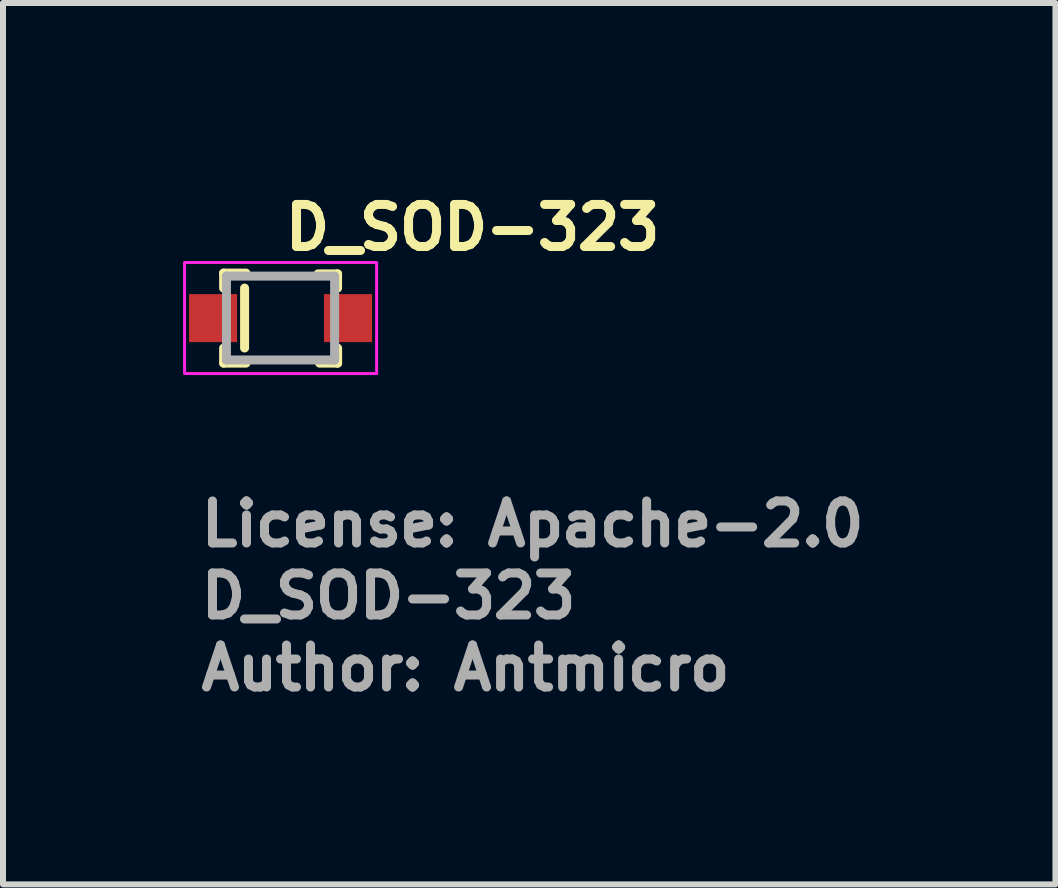
<source format=kicad_pcb>
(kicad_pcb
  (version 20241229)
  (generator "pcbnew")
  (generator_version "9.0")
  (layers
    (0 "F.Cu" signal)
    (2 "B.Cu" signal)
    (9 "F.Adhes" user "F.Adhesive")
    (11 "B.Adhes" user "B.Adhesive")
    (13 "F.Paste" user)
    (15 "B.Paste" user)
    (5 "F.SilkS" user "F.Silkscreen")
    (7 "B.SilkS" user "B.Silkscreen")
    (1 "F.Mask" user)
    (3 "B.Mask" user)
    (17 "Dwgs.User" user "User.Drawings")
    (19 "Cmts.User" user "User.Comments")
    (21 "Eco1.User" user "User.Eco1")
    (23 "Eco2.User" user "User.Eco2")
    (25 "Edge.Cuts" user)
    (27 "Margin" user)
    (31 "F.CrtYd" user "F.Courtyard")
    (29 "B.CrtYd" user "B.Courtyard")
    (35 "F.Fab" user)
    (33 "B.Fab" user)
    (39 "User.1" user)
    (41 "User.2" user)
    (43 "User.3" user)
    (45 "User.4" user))
  (footprint "D_SOD-323"
    (layer "F.Cu")
    (at 1.625 2.249)
    (property "Reference" "D_SOD-323" (at 0 -1.099 0) (layer "F.SilkS") (effects (font (size 0.7 0.7) (thickness 0.15)) (justify left bottom)))
    (attr smd)
    (fp_line (start -0.949 -0.749) (end -0.949 -0.499) (stroke (width 0.15) (type solid)) (layer "F.SilkS"))
    (fp_line (start -0.949 0.501) (end -0.949 0.751) (stroke (width 0.15) (type solid)) (layer "F.SilkS"))
    (fp_line (start -0.6 -0.499) (end -0.6 0.499) (stroke (width 0.15) (type solid)) (layer "F.SilkS"))
    (fp_line (start -0.577 -0.749) (end -0.949 -0.749) (stroke (width 0.15) (type solid)) (layer "F.SilkS"))
    (fp_line (start -0.577 0.751) (end -0.949 0.751) (stroke (width 0.15) (type solid)) (layer "F.SilkS"))
    (fp_line (start 0.625 -0.736) (end 0.949 -0.736) (stroke (width 0.15) (type solid)) (layer "F.SilkS"))
    (fp_line (start 0.949 -0.736) (end 0.949 -0.499) (stroke (width 0.15) (type solid)) (layer "F.SilkS"))
    (fp_line (start 0.95 0.501) (end 0.95 0.751) (stroke (width 0.15) (type solid)) (layer "F.SilkS"))
    (fp_line (start 0.95 0.751) (end 0.649 0.751) (stroke (width 0.15) (type solid)) (layer "F.SilkS"))
    (fp_rect (start -1.6 -0.925) (end 1.6 0.925) (stroke (width 0.05) (type solid)) (fill no) (layer "F.CrtYd"))
    (fp_line (start -0.902 0.699) (end -0.902 -0.699) (stroke (width 0.15) (type solid)) (layer "F.Fab"))
    (fp_line (start -0.902 0.699) (end 0.9 0.699) (stroke (width 0.15) (type solid)) (layer "F.Fab"))
    (fp_line (start 0.9 -0.699) (end -0.902 -0.699) (stroke (width 0.15) (type solid)) (layer "F.Fab"))
    (fp_line (start 0.9 -0.699) (end 0.9 0.699) (stroke (width 0.15) (type solid)) (layer "F.Fab"))
    (fp_rect (start -1.301 -0.676) (end 1.3 0.676) (stroke (width 0.1) (type solid)) (fill no) (layer "User.5"))
    (fp_line (start -1.301 -0.174) (end -1.301 0.174) (stroke (width 0.02) (type solid)) (layer "User.9"))
    (fp_line (start -1.301 0.174) (end -1.238 0.174) (stroke (width 0.02) (type solid)) (layer "User.9"))
    (fp_line (start -1.238 -0.174) (end -1.301 -0.174) (stroke (width 0.02) (type solid)) (layer "User.9"))
    (fp_line (start -1.238 0.174) (end -1.19 0.174) (stroke (width 0.02) (type solid)) (layer "User.9"))
    (fp_line (start -1.19 -0.174) (end -1.238 -0.174) (stroke (width 0.02) (type solid)) (layer "User.9"))
    (fp_line (start -1.19 0.174) (end -1.085 0.174) (stroke (width 0.02) (type solid)) (layer "User.9"))
    (fp_line (start -1.085 -0.174) (end -1.19 -0.174) (stroke (width 0.02) (type solid)) (layer "User.9"))
    (fp_line (start -0.902 -0.676) (end -0.801 -0.575) (stroke (width 0.02) (type solid)) (layer "User.9"))
    (fp_line (start -0.902 -0.676) (end 0.9 -0.676) (stroke (width 0.02) (type solid)) (layer "User.9"))
    (fp_line (start -0.902 -0.174) (end -0.902 -0.676) (stroke (width 0.02) (type solid)) (layer "User.9"))
    (fp_line (start -0.902 0.676) (end -0.902 0.174) (stroke (width 0.02) (type solid)) (layer "User.9"))
    (fp_line (start -0.902 0.676) (end -0.801 0.575) (stroke (width 0.02) (type solid)) (layer "User.9"))
    (fp_line (start -0.87 -0.174) (end -1.085 -0.174) (stroke (width 0.02) (type solid)) (layer "User.9"))
    (fp_line (start -0.87 0.174) (end -1.085 0.174) (stroke (width 0.02) (type solid)) (layer "User.9"))
    (fp_line (start -0.87 0.174) (end -0.87 -0.174) (stroke (width 0.02) (type solid)) (layer "User.9"))
    (fp_line (start -0.802 0.575) (end -0.802 -0.575) (stroke (width 0.02) (type solid)) (layer "User.9"))
    (fp_line (start -0.3 -0.575) (end -0.802 -0.575) (stroke (width 0.02) (type solid)) (layer "User.9"))
    (fp_line (start -0.3 -0.575) (end 0.8 -0.575) (stroke (width 0.02) (type solid)) (layer "User.9"))
    (fp_line (start -0.3 0.573) (end -0.802 0.573) (stroke (width 0.02) (type solid)) (layer "User.9"))
    (fp_line (start -0.3 0.575) (end 0.8 0.575) (stroke (width 0.02) (type solid)) (layer "User.9"))
    (fp_line (start 0.8 -0.575) (end 0.8 0.575) (stroke (width 0.02) (type solid)) (layer "User.9"))
    (fp_line (start 0.8 -0.575) (end 0.9 -0.676) (stroke (width 0.02) (type solid)) (layer "User.9"))
    (fp_line (start 0.8 0.575) (end 0.9 0.676) (stroke (width 0.02) (type solid)) (layer "User.9"))
    (fp_line (start 0.868 -0.174) (end 0.868 0.174) (stroke (width 0.02) (type solid)) (layer "User.9"))
    (fp_line (start 0.868 -0.174) (end 1.084 -0.174) (stroke (width 0.02) (type solid)) (layer "User.9"))
    (fp_line (start 0.868 0.174) (end 1.084 0.174) (stroke (width 0.02) (type solid)) (layer "User.9"))
    (fp_line (start 0.9 -0.676) (end 0.9 -0.174) (stroke (width 0.02) (type solid)) (layer "User.9"))
    (fp_line (start 0.9 0.174) (end 0.9 0.676) (stroke (width 0.02) (type solid)) (layer "User.9"))
    (fp_line (start 0.9 0.676) (end -0.902 0.676) (stroke (width 0.02) (type solid)) (layer "User.9"))
    (fp_line (start 1.084 0.174) (end 1.187 0.174) (stroke (width 0.02) (type solid)) (layer "User.9"))
    (fp_line (start 1.187 -0.174) (end 1.084 -0.174) (stroke (width 0.02) (type solid)) (layer "User.9"))
    (fp_line (start 1.187 0.174) (end 1.237 0.174) (stroke (width 0.02) (type solid)) (layer "User.9"))
    (fp_line (start 1.237 -0.174) (end 1.187 -0.174) (stroke (width 0.02) (type solid)) (layer "User.9"))
    (fp_line (start 1.237 0.174) (end 1.3 0.174) (stroke (width 0.02) (type solid)) (layer "User.9"))
    (fp_line (start 1.3 -0.174) (end 1.237 -0.174) (stroke (width 0.02) (type solid)) (layer "User.9"))
    (fp_line (start 1.3 0.174) (end 1.3 -0.174) (stroke (width 0.02) (type solid)) (layer "User.9"))
    (fp_text user "License: Apache-2.0" (at -1.4 3.841 0) (layer "F.Fab") (effects (font (size 0.7 0.7) (thickness 0.15)) (justify left bottom)))
    (fp_text user "${REFERENCE}" (at -1.4 5.041 0) (layer "F.Fab") (effects (font (size 0.7 0.7) (thickness 0.15)) (justify left bottom)))
    (fp_text user "Author: Antmicro" (at -1.4 6.241 0) (layer "F.Fab") (effects (font (size 0.7 0.7) (thickness 0.15)) (justify left bottom)))
    (pad "1" smd rect (at -1.125 0.001) (size 0.8 0.8) (layers "F.Cu" "F.Mask" "F.Paste"))
    (pad "2" smd rect (at 1.124 0.001) (size 0.8 0.8) (layers "F.Cu" "F.Mask" "F.Paste")))
  (gr_rect
    (start -3 -3)
    (end 14.535 11.685)
    (stroke (width 0.1) (type default))
    (fill no)
    (layer "Edge.Cuts")))
</source>
